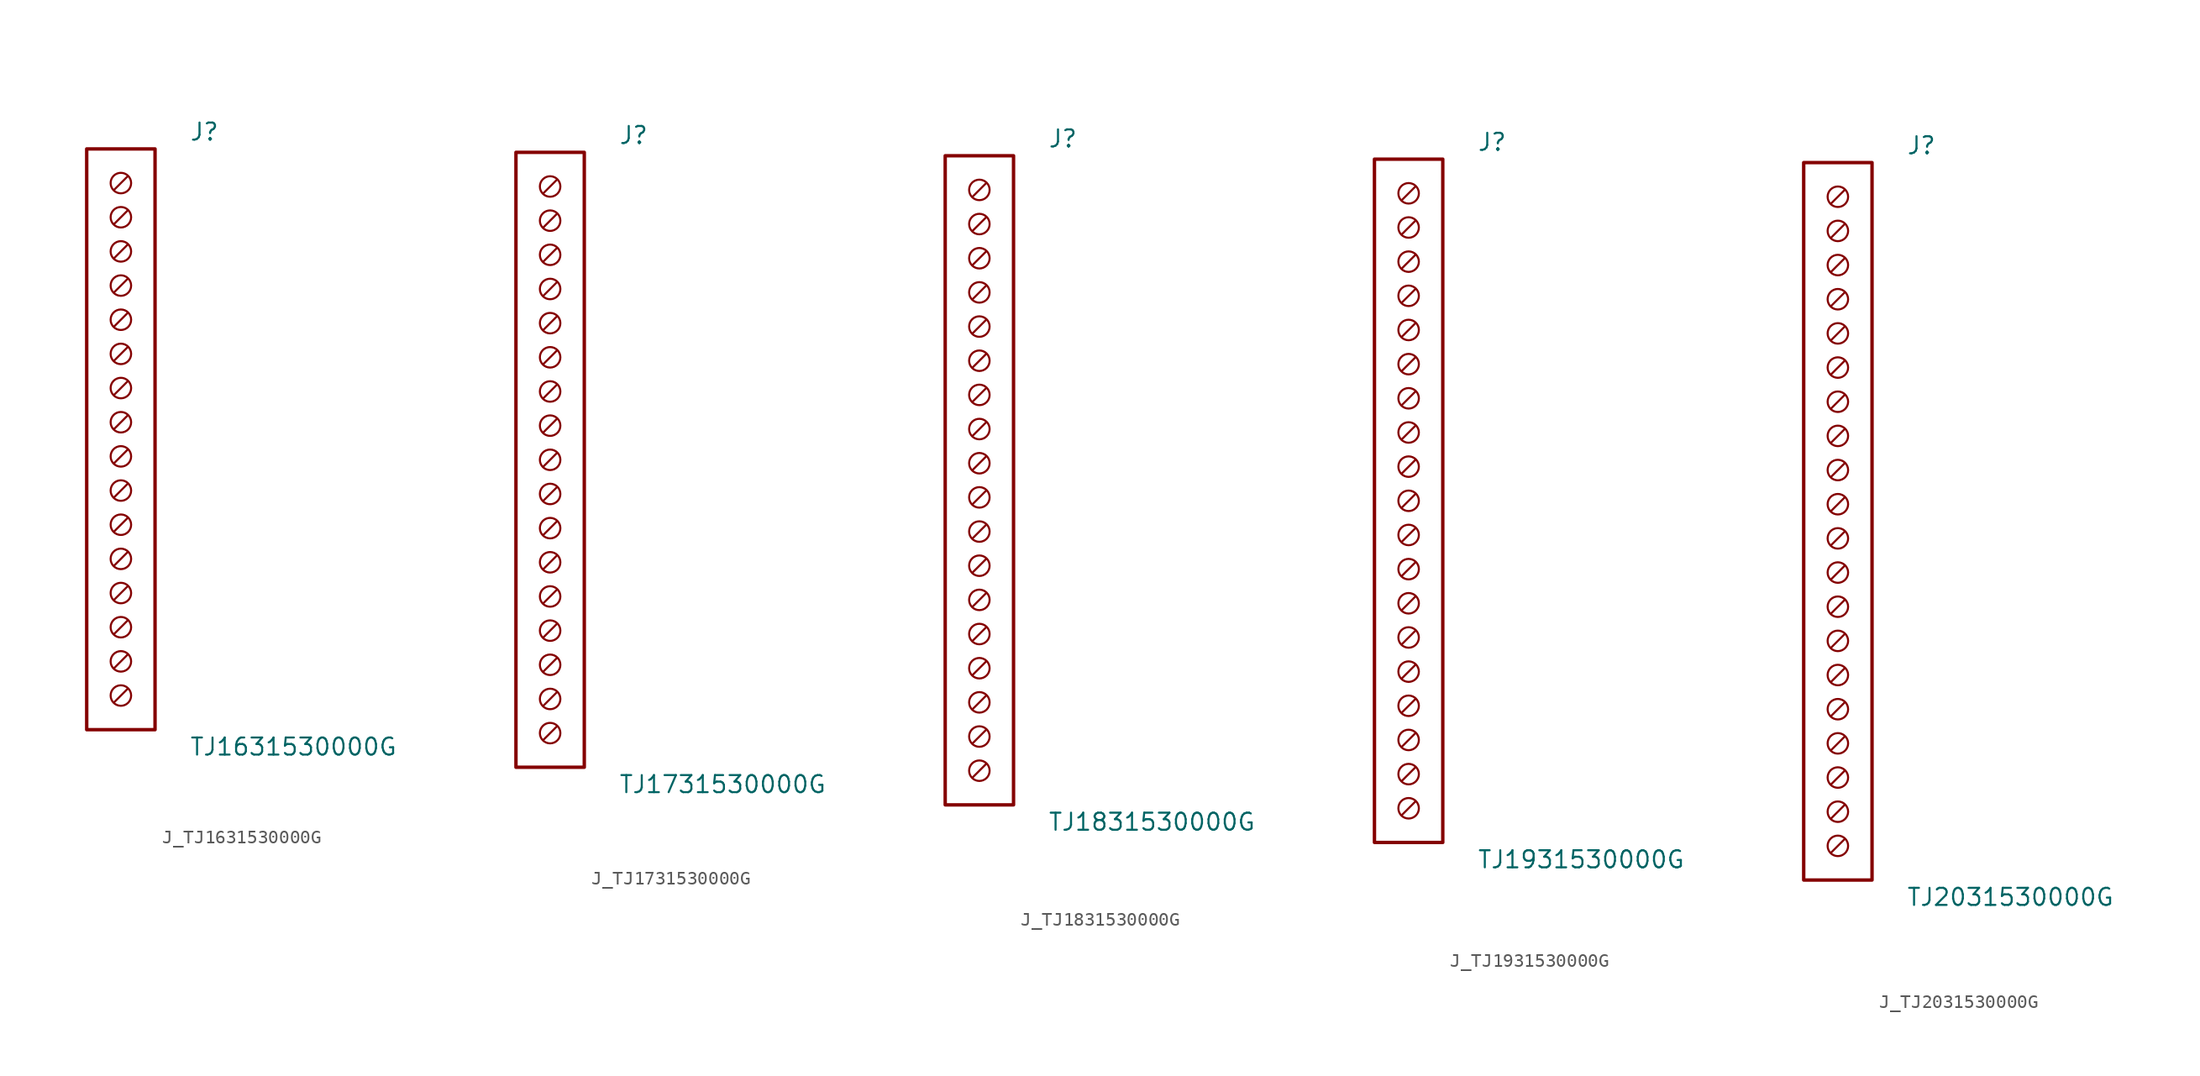
<source format=kicad_sym>
(kicad_symbol_lib
  (version 20231120)
  (generator kicad_symbol_editor)
  (generator_version 8.0)
  (symbol "J_TJ1631530000G"
    (pin_names
      (offset 0.254))
    (property "Reference" "J"
      (at 5.08 22.86 0)
      (effects (font (size 1.27 1.27)) (justify left)))
    (property "Value" "TJ1631530000G"
      (at 5.08 -22.86 0)
      (effects (font (size 1.27 1.27)) (justify left)))
    (symbol "J_TJ1631530000G_0_0"
      (circle (center 0 19.05) (radius 0.762) (stroke (width 0) (type default)) (fill (type none)))
      (polyline (pts (xy 0.508 19.558) (xy -0.508 18.542)) (stroke (width 0) (type default)) (fill (type none)))
      (circle (center 0 16.51) (radius 0.762) (stroke (width 0) (type default)) (fill (type none)))
      (polyline (pts (xy 0.508 17.018) (xy -0.508 16.002)) (stroke (width 0) (type default)) (fill (type none)))
      (circle (center 0 13.97) (radius 0.762) (stroke (width 0) (type default)) (fill (type none)))
      (polyline (pts (xy 0.508 14.478) (xy -0.508 13.462)) (stroke (width 0) (type default)) (fill (type none)))
      (circle (center 0 11.43) (radius 0.762) (stroke (width 0) (type default)) (fill (type none)))
      (polyline (pts (xy 0.508 11.938) (xy -0.508 10.922)) (stroke (width 0) (type default)) (fill (type none)))
      (circle (center 0 8.89) (radius 0.762) (stroke (width 0) (type default)) (fill (type none)))
      (polyline (pts (xy 0.508 9.398) (xy -0.508 8.382)) (stroke (width 0) (type default)) (fill (type none)))
      (circle (center 0 6.35) (radius 0.762) (stroke (width 0) (type default)) (fill (type none)))
      (polyline (pts (xy 0.508 6.858) (xy -0.508 5.842)) (stroke (width 0) (type default)) (fill (type none)))
      (circle (center 0 3.81) (radius 0.762) (stroke (width 0) (type default)) (fill (type none)))
      (polyline (pts (xy 0.508 4.318) (xy -0.508 3.302)) (stroke (width 0) (type default)) (fill (type none)))
      (circle (center 0 1.27) (radius 0.762) (stroke (width 0) (type default)) (fill (type none)))
      (polyline (pts (xy 0.508 1.778) (xy -0.508 0.762)) (stroke (width 0) (type default)) (fill (type none)))
      (circle (center 0 -1.27) (radius 0.762) (stroke (width 0) (type default)) (fill (type none)))
      (polyline (pts (xy 0.508 -0.762) (xy -0.508 -1.778)) (stroke (width 0) (type default)) (fill (type none)))
      (circle (center 0 -3.81) (radius 0.762) (stroke (width 0) (type default)) (fill (type none)))
      (polyline (pts (xy 0.508 -3.302) (xy -0.508 -4.318)) (stroke (width 0) (type default)) (fill (type none)))
      (circle (center 0 -6.35) (radius 0.762) (stroke (width 0) (type default)) (fill (type none)))
      (polyline (pts (xy 0.508 -5.842) (xy -0.508 -6.858)) (stroke (width 0) (type default)) (fill (type none)))
      (circle (center 0 -8.89) (radius 0.762) (stroke (width 0) (type default)) (fill (type none)))
      (polyline (pts (xy 0.508 -8.382) (xy -0.508 -9.398)) (stroke (width 0) (type default)) (fill (type none)))
      (circle (center 0 -11.43) (radius 0.762) (stroke (width 0) (type default)) (fill (type none)))
      (polyline (pts (xy 0.508 -10.922) (xy -0.508 -11.938)) (stroke (width 0) (type default)) (fill (type none)))
      (circle (center 0 -13.97) (radius 0.762) (stroke (width 0) (type default)) (fill (type none)))
      (polyline (pts (xy 0.508 -13.462) (xy -0.508 -14.478)) (stroke (width 0) (type default)) (fill (type none)))
      (circle (center 0 -16.51) (radius 0.762) (stroke (width 0) (type default)) (fill (type none)))
      (polyline (pts (xy 0.508 -16.002) (xy -0.508 -17.018)) (stroke (width 0) (type default)) (fill (type none)))
      (circle (center 0 -19.05) (radius 0.762) (stroke (width 0) (type default)) (fill (type none)))
      (polyline (pts (xy 0.508 -18.542) (xy -0.508 -19.558)) (stroke (width 0) (type default)) (fill (type none))))
    (symbol "J_TJ1631530000G_1_0"
      (rectangle (start -2.54 21.59) (end 2.54 -21.59) (stroke (width 0.254) (type solid)) (fill (type none)))))
  (symbol "J_TJ1731530000G"
    (pin_names
      (offset 0.254))
    (property "Reference" "J"
      (at 5.08 24.13 0)
      (effects (font (size 1.27 1.27)) (justify left)))
    (property "Value" "TJ1731530000G"
      (at 5.08 -24.13 0)
      (effects (font (size 1.27 1.27)) (justify left)))
    (symbol "J_TJ1731530000G_0_0"
      (circle (center 0 20.32) (radius 0.762) (stroke (width 0) (type default)) (fill (type none)))
      (polyline (pts (xy 0.508 20.828) (xy -0.508 19.812)) (stroke (width 0) (type default)) (fill (type none)))
      (circle (center 0 17.78) (radius 0.762) (stroke (width 0) (type default)) (fill (type none)))
      (polyline (pts (xy 0.508 18.288) (xy -0.508 17.272)) (stroke (width 0) (type default)) (fill (type none)))
      (circle (center 0 15.24) (radius 0.762) (stroke (width 0) (type default)) (fill (type none)))
      (polyline (pts (xy 0.508 15.748) (xy -0.508 14.732)) (stroke (width 0) (type default)) (fill (type none)))
      (circle (center 0 12.7) (radius 0.762) (stroke (width 0) (type default)) (fill (type none)))
      (polyline (pts (xy 0.508 13.208) (xy -0.508 12.192)) (stroke (width 0) (type default)) (fill (type none)))
      (circle (center 0 10.16) (radius 0.762) (stroke (width 0) (type default)) (fill (type none)))
      (polyline (pts (xy 0.508 10.668) (xy -0.508 9.652)) (stroke (width 0) (type default)) (fill (type none)))
      (circle (center 0 7.62) (radius 0.762) (stroke (width 0) (type default)) (fill (type none)))
      (polyline (pts (xy 0.508 8.128) (xy -0.508 7.112)) (stroke (width 0) (type default)) (fill (type none)))
      (circle (center 0 5.08) (radius 0.762) (stroke (width 0) (type default)) (fill (type none)))
      (polyline (pts (xy 0.508 5.588) (xy -0.508 4.572)) (stroke (width 0) (type default)) (fill (type none)))
      (circle (center 0 2.54) (radius 0.762) (stroke (width 0) (type default)) (fill (type none)))
      (polyline (pts (xy 0.508 3.048) (xy -0.508 2.032)) (stroke (width 0) (type default)) (fill (type none)))
      (circle (center 0 0.0) (radius 0.762) (stroke (width 0) (type default)) (fill (type none)))
      (polyline (pts (xy 0.508 0.508) (xy -0.508 -0.508)) (stroke (width 0) (type default)) (fill (type none)))
      (circle (center 0 -2.54) (radius 0.762) (stroke (width 0) (type default)) (fill (type none)))
      (polyline (pts (xy 0.508 -2.032) (xy -0.508 -3.048)) (stroke (width 0) (type default)) (fill (type none)))
      (circle (center 0 -5.08) (radius 0.762) (stroke (width 0) (type default)) (fill (type none)))
      (polyline (pts (xy 0.508 -4.572) (xy -0.508 -5.588)) (stroke (width 0) (type default)) (fill (type none)))
      (circle (center 0 -7.62) (radius 0.762) (stroke (width 0) (type default)) (fill (type none)))
      (polyline (pts (xy 0.508 -7.112) (xy -0.508 -8.128)) (stroke (width 0) (type default)) (fill (type none)))
      (circle (center 0 -10.16) (radius 0.762) (stroke (width 0) (type default)) (fill (type none)))
      (polyline (pts (xy 0.508 -9.652) (xy -0.508 -10.668)) (stroke (width 0) (type default)) (fill (type none)))
      (circle (center 0 -12.7) (radius 0.762) (stroke (width 0) (type default)) (fill (type none)))
      (polyline (pts (xy 0.508 -12.192) (xy -0.508 -13.208)) (stroke (width 0) (type default)) (fill (type none)))
      (circle (center 0 -15.24) (radius 0.762) (stroke (width 0) (type default)) (fill (type none)))
      (polyline (pts (xy 0.508 -14.732) (xy -0.508 -15.748)) (stroke (width 0) (type default)) (fill (type none)))
      (circle (center 0 -17.78) (radius 0.762) (stroke (width 0) (type default)) (fill (type none)))
      (polyline (pts (xy 0.508 -17.272) (xy -0.508 -18.288)) (stroke (width 0) (type default)) (fill (type none)))
      (circle (center 0 -20.32) (radius 0.762) (stroke (width 0) (type default)) (fill (type none)))
      (polyline (pts (xy 0.508 -19.812) (xy -0.508 -20.828)) (stroke (width 0) (type default)) (fill (type none))))
    (symbol "J_TJ1731530000G_1_0"
      (rectangle (start -2.54 22.86) (end 2.54 -22.86) (stroke (width 0.254) (type solid)) (fill (type none)))))
  (symbol "J_TJ1831530000G"
    (pin_names
      (offset 0.254))
    (property "Reference" "J"
      (at 5.08 25.4 0)
      (effects (font (size 1.27 1.27)) (justify left)))
    (property "Value" "TJ1831530000G"
      (at 5.08 -25.4 0)
      (effects (font (size 1.27 1.27)) (justify left)))
    (symbol "J_TJ1831530000G_0_0"
      (circle (center 0 21.59) (radius 0.762) (stroke (width 0) (type default)) (fill (type none)))
      (polyline (pts (xy 0.508 22.098) (xy -0.508 21.082)) (stroke (width 0) (type default)) (fill (type none)))
      (circle (center 0 19.05) (radius 0.762) (stroke (width 0) (type default)) (fill (type none)))
      (polyline (pts (xy 0.508 19.558) (xy -0.508 18.542)) (stroke (width 0) (type default)) (fill (type none)))
      (circle (center 0 16.51) (radius 0.762) (stroke (width 0) (type default)) (fill (type none)))
      (polyline (pts (xy 0.508 17.018) (xy -0.508 16.002)) (stroke (width 0) (type default)) (fill (type none)))
      (circle (center 0 13.97) (radius 0.762) (stroke (width 0) (type default)) (fill (type none)))
      (polyline (pts (xy 0.508 14.478) (xy -0.508 13.462)) (stroke (width 0) (type default)) (fill (type none)))
      (circle (center 0 11.43) (radius 0.762) (stroke (width 0) (type default)) (fill (type none)))
      (polyline (pts (xy 0.508 11.938) (xy -0.508 10.922)) (stroke (width 0) (type default)) (fill (type none)))
      (circle (center 0 8.89) (radius 0.762) (stroke (width 0) (type default)) (fill (type none)))
      (polyline (pts (xy 0.508 9.398) (xy -0.508 8.382)) (stroke (width 0) (type default)) (fill (type none)))
      (circle (center 0 6.35) (radius 0.762) (stroke (width 0) (type default)) (fill (type none)))
      (polyline (pts (xy 0.508 6.858) (xy -0.508 5.842)) (stroke (width 0) (type default)) (fill (type none)))
      (circle (center 0 3.81) (radius 0.762) (stroke (width 0) (type default)) (fill (type none)))
      (polyline (pts (xy 0.508 4.318) (xy -0.508 3.302)) (stroke (width 0) (type default)) (fill (type none)))
      (circle (center 0 1.27) (radius 0.762) (stroke (width 0) (type default)) (fill (type none)))
      (polyline (pts (xy 0.508 1.778) (xy -0.508 0.762)) (stroke (width 0) (type default)) (fill (type none)))
      (circle (center 0 -1.27) (radius 0.762) (stroke (width 0) (type default)) (fill (type none)))
      (polyline (pts (xy 0.508 -0.762) (xy -0.508 -1.778)) (stroke (width 0) (type default)) (fill (type none)))
      (circle (center 0 -3.81) (radius 0.762) (stroke (width 0) (type default)) (fill (type none)))
      (polyline (pts (xy 0.508 -3.302) (xy -0.508 -4.318)) (stroke (width 0) (type default)) (fill (type none)))
      (circle (center 0 -6.35) (radius 0.762) (stroke (width 0) (type default)) (fill (type none)))
      (polyline (pts (xy 0.508 -5.842) (xy -0.508 -6.858)) (stroke (width 0) (type default)) (fill (type none)))
      (circle (center 0 -8.89) (radius 0.762) (stroke (width 0) (type default)) (fill (type none)))
      (polyline (pts (xy 0.508 -8.382) (xy -0.508 -9.398)) (stroke (width 0) (type default)) (fill (type none)))
      (circle (center 0 -11.43) (radius 0.762) (stroke (width 0) (type default)) (fill (type none)))
      (polyline (pts (xy 0.508 -10.922) (xy -0.508 -11.938)) (stroke (width 0) (type default)) (fill (type none)))
      (circle (center 0 -13.97) (radius 0.762) (stroke (width 0) (type default)) (fill (type none)))
      (polyline (pts (xy 0.508 -13.462) (xy -0.508 -14.478)) (stroke (width 0) (type default)) (fill (type none)))
      (circle (center 0 -16.51) (radius 0.762) (stroke (width 0) (type default)) (fill (type none)))
      (polyline (pts (xy 0.508 -16.002) (xy -0.508 -17.018)) (stroke (width 0) (type default)) (fill (type none)))
      (circle (center 0 -19.05) (radius 0.762) (stroke (width 0) (type default)) (fill (type none)))
      (polyline (pts (xy 0.508 -18.542) (xy -0.508 -19.558)) (stroke (width 0) (type default)) (fill (type none)))
      (circle (center 0 -21.59) (radius 0.762) (stroke (width 0) (type default)) (fill (type none)))
      (polyline (pts (xy 0.508 -21.082) (xy -0.508 -22.098)) (stroke (width 0) (type default)) (fill (type none))))
    (symbol "J_TJ1831530000G_1_0"
      (rectangle (start -2.54 24.13) (end 2.54 -24.13) (stroke (width 0.254) (type solid)) (fill (type none)))))
  (symbol "J_TJ1931530000G"
    (pin_names
      (offset 0.254))
    (property "Reference" "J"
      (at 5.08 26.67 0)
      (effects (font (size 1.27 1.27)) (justify left)))
    (property "Value" "TJ1931530000G"
      (at 5.08 -26.67 0)
      (effects (font (size 1.27 1.27)) (justify left)))
    (symbol "J_TJ1931530000G_0_0"
      (circle (center 0 22.86) (radius 0.762) (stroke (width 0) (type default)) (fill (type none)))
      (polyline (pts (xy 0.508 23.368) (xy -0.508 22.352)) (stroke (width 0) (type default)) (fill (type none)))
      (circle (center 0 20.32) (radius 0.762) (stroke (width 0) (type default)) (fill (type none)))
      (polyline (pts (xy 0.508 20.828) (xy -0.508 19.812)) (stroke (width 0) (type default)) (fill (type none)))
      (circle (center 0 17.78) (radius 0.762) (stroke (width 0) (type default)) (fill (type none)))
      (polyline (pts (xy 0.508 18.288) (xy -0.508 17.272)) (stroke (width 0) (type default)) (fill (type none)))
      (circle (center 0 15.24) (radius 0.762) (stroke (width 0) (type default)) (fill (type none)))
      (polyline (pts (xy 0.508 15.748) (xy -0.508 14.732)) (stroke (width 0) (type default)) (fill (type none)))
      (circle (center 0 12.7) (radius 0.762) (stroke (width 0) (type default)) (fill (type none)))
      (polyline (pts (xy 0.508 13.208) (xy -0.508 12.192)) (stroke (width 0) (type default)) (fill (type none)))
      (circle (center 0 10.16) (radius 0.762) (stroke (width 0) (type default)) (fill (type none)))
      (polyline (pts (xy 0.508 10.668) (xy -0.508 9.652)) (stroke (width 0) (type default)) (fill (type none)))
      (circle (center 0 7.62) (radius 0.762) (stroke (width 0) (type default)) (fill (type none)))
      (polyline (pts (xy 0.508 8.128) (xy -0.508 7.112)) (stroke (width 0) (type default)) (fill (type none)))
      (circle (center 0 5.08) (radius 0.762) (stroke (width 0) (type default)) (fill (type none)))
      (polyline (pts (xy 0.508 5.588) (xy -0.508 4.572)) (stroke (width 0) (type default)) (fill (type none)))
      (circle (center 0 2.54) (radius 0.762) (stroke (width 0) (type default)) (fill (type none)))
      (polyline (pts (xy 0.508 3.048) (xy -0.508 2.032)) (stroke (width 0) (type default)) (fill (type none)))
      (circle (center 0 0.0) (radius 0.762) (stroke (width 0) (type default)) (fill (type none)))
      (polyline (pts (xy 0.508 0.508) (xy -0.508 -0.508)) (stroke (width 0) (type default)) (fill (type none)))
      (circle (center 0 -2.54) (radius 0.762) (stroke (width 0) (type default)) (fill (type none)))
      (polyline (pts (xy 0.508 -2.032) (xy -0.508 -3.048)) (stroke (width 0) (type default)) (fill (type none)))
      (circle (center 0 -5.08) (radius 0.762) (stroke (width 0) (type default)) (fill (type none)))
      (polyline (pts (xy 0.508 -4.572) (xy -0.508 -5.588)) (stroke (width 0) (type default)) (fill (type none)))
      (circle (center 0 -7.62) (radius 0.762) (stroke (width 0) (type default)) (fill (type none)))
      (polyline (pts (xy 0.508 -7.112) (xy -0.508 -8.128)) (stroke (width 0) (type default)) (fill (type none)))
      (circle (center 0 -10.16) (radius 0.762) (stroke (width 0) (type default)) (fill (type none)))
      (polyline (pts (xy 0.508 -9.652) (xy -0.508 -10.668)) (stroke (width 0) (type default)) (fill (type none)))
      (circle (center 0 -12.7) (radius 0.762) (stroke (width 0) (type default)) (fill (type none)))
      (polyline (pts (xy 0.508 -12.192) (xy -0.508 -13.208)) (stroke (width 0) (type default)) (fill (type none)))
      (circle (center 0 -15.24) (radius 0.762) (stroke (width 0) (type default)) (fill (type none)))
      (polyline (pts (xy 0.508 -14.732) (xy -0.508 -15.748)) (stroke (width 0) (type default)) (fill (type none)))
      (circle (center 0 -17.78) (radius 0.762) (stroke (width 0) (type default)) (fill (type none)))
      (polyline (pts (xy 0.508 -17.272) (xy -0.508 -18.288)) (stroke (width 0) (type default)) (fill (type none)))
      (circle (center 0 -20.32) (radius 0.762) (stroke (width 0) (type default)) (fill (type none)))
      (polyline (pts (xy 0.508 -19.812) (xy -0.508 -20.828)) (stroke (width 0) (type default)) (fill (type none)))
      (circle (center 0 -22.86) (radius 0.762) (stroke (width 0) (type default)) (fill (type none)))
      (polyline (pts (xy 0.508 -22.352) (xy -0.508 -23.368)) (stroke (width 0) (type default)) (fill (type none))))
    (symbol "J_TJ1931530000G_1_0"
      (rectangle (start -2.54 25.4) (end 2.54 -25.4) (stroke (width 0.254) (type solid)) (fill (type none)))))
  (symbol "J_TJ2031530000G"
    (pin_names
      (offset 0.254))
    (property "Reference" "J"
      (at 5.08 27.94 0)
      (effects (font (size 1.27 1.27)) (justify left)))
    (property "Value" "TJ2031530000G"
      (at 5.08 -27.94 0)
      (effects (font (size 1.27 1.27)) (justify left)))
    (symbol "J_TJ2031530000G_0_0"
      (circle (center 0 24.13) (radius 0.762) (stroke (width 0) (type default)) (fill (type none)))
      (polyline (pts (xy 0.508 24.638) (xy -0.508 23.622)) (stroke (width 0) (type default)) (fill (type none)))
      (circle (center 0 21.59) (radius 0.762) (stroke (width 0) (type default)) (fill (type none)))
      (polyline (pts (xy 0.508 22.098) (xy -0.508 21.082)) (stroke (width 0) (type default)) (fill (type none)))
      (circle (center 0 19.05) (radius 0.762) (stroke (width 0) (type default)) (fill (type none)))
      (polyline (pts (xy 0.508 19.558) (xy -0.508 18.542)) (stroke (width 0) (type default)) (fill (type none)))
      (circle (center 0 16.51) (radius 0.762) (stroke (width 0) (type default)) (fill (type none)))
      (polyline (pts (xy 0.508 17.018) (xy -0.508 16.002)) (stroke (width 0) (type default)) (fill (type none)))
      (circle (center 0 13.97) (radius 0.762) (stroke (width 0) (type default)) (fill (type none)))
      (polyline (pts (xy 0.508 14.478) (xy -0.508 13.462)) (stroke (width 0) (type default)) (fill (type none)))
      (circle (center 0 11.43) (radius 0.762) (stroke (width 0) (type default)) (fill (type none)))
      (polyline (pts (xy 0.508 11.938) (xy -0.508 10.922)) (stroke (width 0) (type default)) (fill (type none)))
      (circle (center 0 8.89) (radius 0.762) (stroke (width 0) (type default)) (fill (type none)))
      (polyline (pts (xy 0.508 9.398) (xy -0.508 8.382)) (stroke (width 0) (type default)) (fill (type none)))
      (circle (center 0 6.35) (radius 0.762) (stroke (width 0) (type default)) (fill (type none)))
      (polyline (pts (xy 0.508 6.858) (xy -0.508 5.842)) (stroke (width 0) (type default)) (fill (type none)))
      (circle (center 0 3.81) (radius 0.762) (stroke (width 0) (type default)) (fill (type none)))
      (polyline (pts (xy 0.508 4.318) (xy -0.508 3.302)) (stroke (width 0) (type default)) (fill (type none)))
      (circle (center 0 1.27) (radius 0.762) (stroke (width 0) (type default)) (fill (type none)))
      (polyline (pts (xy 0.508 1.778) (xy -0.508 0.762)) (stroke (width 0) (type default)) (fill (type none)))
      (circle (center 0 -1.27) (radius 0.762) (stroke (width 0) (type default)) (fill (type none)))
      (polyline (pts (xy 0.508 -0.762) (xy -0.508 -1.778)) (stroke (width 0) (type default)) (fill (type none)))
      (circle (center 0 -3.81) (radius 0.762) (stroke (width 0) (type default)) (fill (type none)))
      (polyline (pts (xy 0.508 -3.302) (xy -0.508 -4.318)) (stroke (width 0) (type default)) (fill (type none)))
      (circle (center 0 -6.35) (radius 0.762) (stroke (width 0) (type default)) (fill (type none)))
      (polyline (pts (xy 0.508 -5.842) (xy -0.508 -6.858)) (stroke (width 0) (type default)) (fill (type none)))
      (circle (center 0 -8.89) (radius 0.762) (stroke (width 0) (type default)) (fill (type none)))
      (polyline (pts (xy 0.508 -8.382) (xy -0.508 -9.398)) (stroke (width 0) (type default)) (fill (type none)))
      (circle (center 0 -11.43) (radius 0.762) (stroke (width 0) (type default)) (fill (type none)))
      (polyline (pts (xy 0.508 -10.922) (xy -0.508 -11.938)) (stroke (width 0) (type default)) (fill (type none)))
      (circle (center 0 -13.97) (radius 0.762) (stroke (width 0) (type default)) (fill (type none)))
      (polyline (pts (xy 0.508 -13.462) (xy -0.508 -14.478)) (stroke (width 0) (type default)) (fill (type none)))
      (circle (center 0 -16.51) (radius 0.762) (stroke (width 0) (type default)) (fill (type none)))
      (polyline (pts (xy 0.508 -16.002) (xy -0.508 -17.018)) (stroke (width 0) (type default)) (fill (type none)))
      (circle (center 0 -19.05) (radius 0.762) (stroke (width 0) (type default)) (fill (type none)))
      (polyline (pts (xy 0.508 -18.542) (xy -0.508 -19.558)) (stroke (width 0) (type default)) (fill (type none)))
      (circle (center 0 -21.59) (radius 0.762) (stroke (width 0) (type default)) (fill (type none)))
      (polyline (pts (xy 0.508 -21.082) (xy -0.508 -22.098)) (stroke (width 0) (type default)) (fill (type none)))
      (circle (center 0 -24.13) (radius 0.762) (stroke (width 0) (type default)) (fill (type none)))
      (polyline (pts (xy 0.508 -23.622) (xy -0.508 -24.638)) (stroke (width 0) (type default)) (fill (type none))))
    (symbol "J_TJ2031530000G_1_0"
      (rectangle (start -2.54 26.67) (end 2.54 -26.67) (stroke (width 0.254) (type solid)) (fill (type none))))))
</source>
